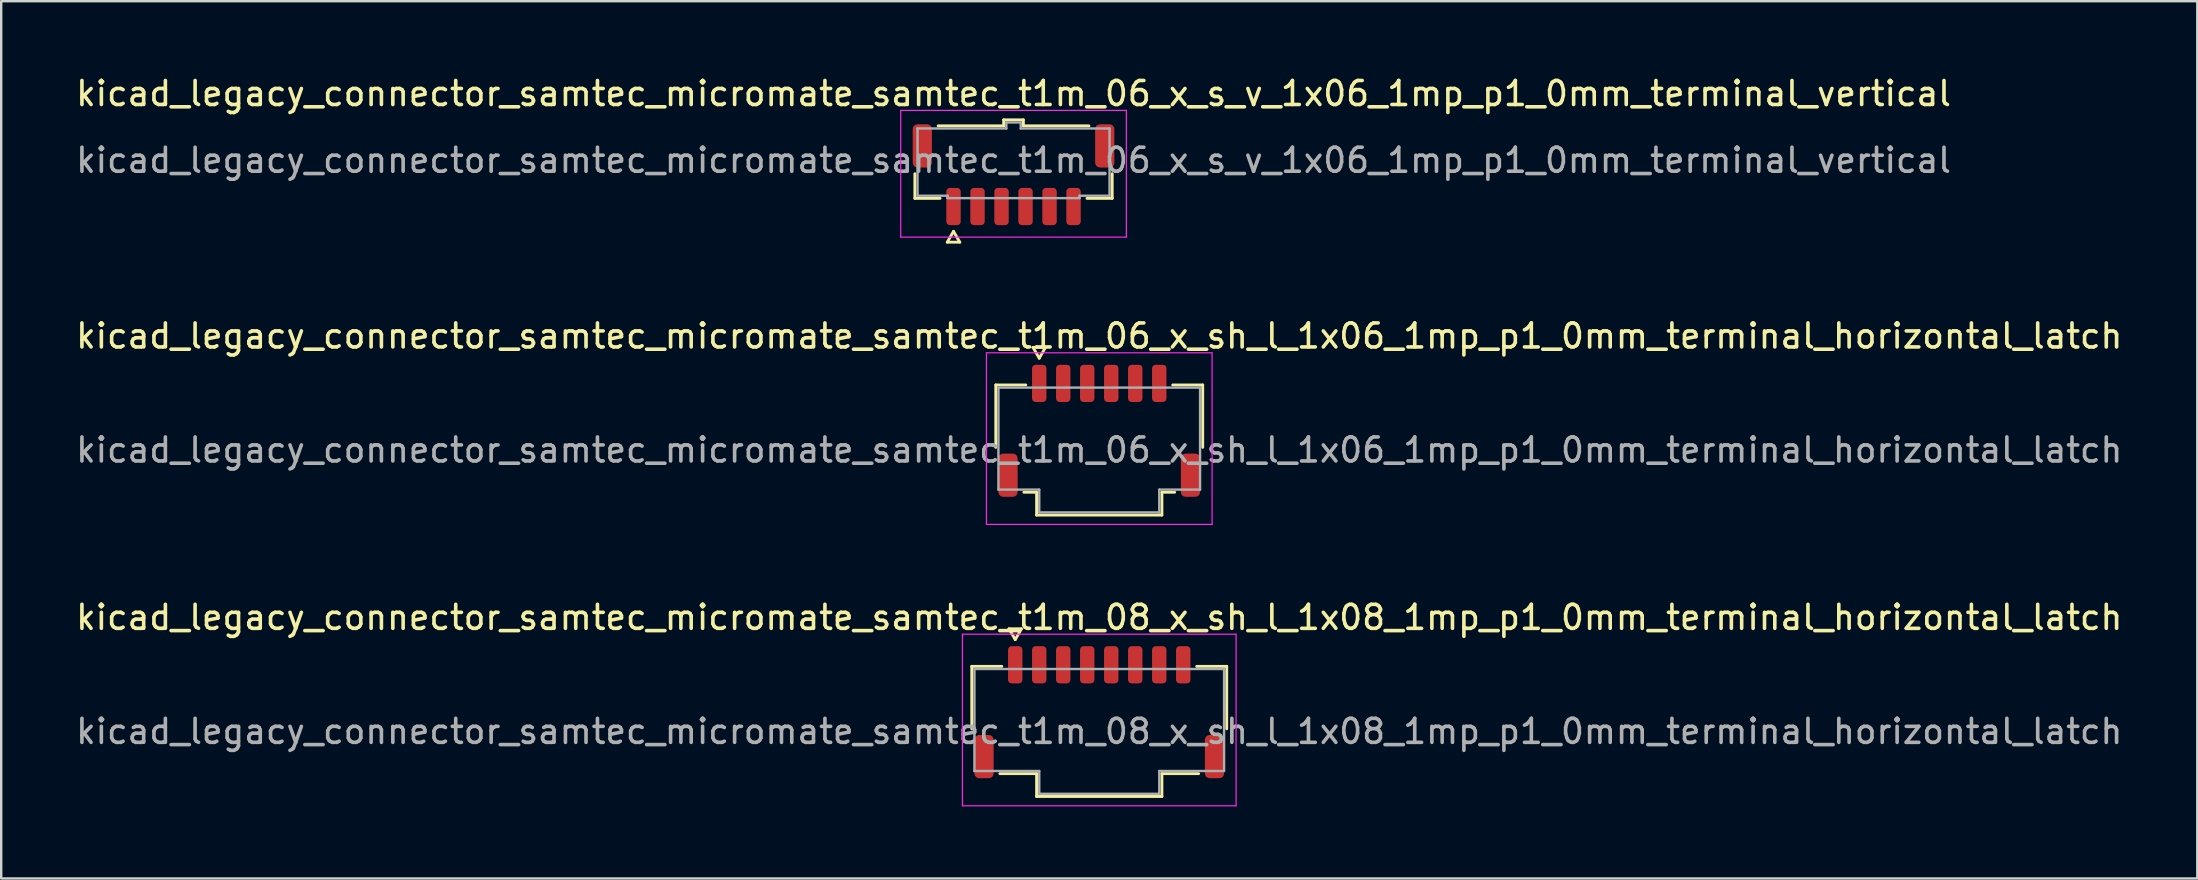
<source format=kicad_pcb>
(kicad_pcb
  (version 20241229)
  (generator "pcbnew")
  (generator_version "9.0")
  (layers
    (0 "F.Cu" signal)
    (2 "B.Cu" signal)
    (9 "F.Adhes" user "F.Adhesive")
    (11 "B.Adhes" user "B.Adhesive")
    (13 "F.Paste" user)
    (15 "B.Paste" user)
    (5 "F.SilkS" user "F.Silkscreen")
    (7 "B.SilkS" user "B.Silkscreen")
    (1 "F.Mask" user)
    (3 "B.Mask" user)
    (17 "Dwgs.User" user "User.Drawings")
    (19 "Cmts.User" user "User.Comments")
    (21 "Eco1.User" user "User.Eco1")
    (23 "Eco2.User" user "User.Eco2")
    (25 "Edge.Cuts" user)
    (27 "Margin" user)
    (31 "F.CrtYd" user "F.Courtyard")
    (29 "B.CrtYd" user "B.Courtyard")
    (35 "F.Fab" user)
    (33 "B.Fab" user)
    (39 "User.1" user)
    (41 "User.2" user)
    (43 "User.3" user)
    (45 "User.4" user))
  (footprint "kicad_legacy_connector_samtec_micromate_samtec_t1m_06_x_sh_l_1x06_1mp_p1_0mm_terminal_horizontal_latch"
    (layer "F.Cu")
    (at 42.744 15.697)
    (property "Reference" "kicad_legacy_connector_samtec_micromate_samtec_t1m_06_x_sh_l_1x06_1mp_p1_0mm_terminal_horizontal_latch" (at 0 -4.75 0) (layer "F.SilkS") (effects (font (size 1 1) (thickness 0.15))))
    (attr smd)
    (fp_line (start -4.31 -2.71) (end -3.06 -2.71) (stroke (width 0.12) (type solid)) (layer "F.SilkS"))
    (fp_line (start -4.31 -0.11) (end -4.31 -2.71) (stroke (width 0.12) (type solid)) (layer "F.SilkS"))
    (fp_line (start -2.76 -4.275) (end -2.5 -3.825) (stroke (width 0.12) (type solid)) (layer "F.SilkS"))
    (fp_line (start -2.61 1.76) (end -3.14 1.76) (stroke (width 0.12) (type solid)) (layer "F.SilkS"))
    (fp_line (start -2.61 2.71) (end -2.61 1.76) (stroke (width 0.12) (type solid)) (layer "F.SilkS"))
    (fp_line (start -2.5 -3.825) (end -2.24 -4.275) (stroke (width 0.12) (type solid)) (layer "F.SilkS"))
    (fp_line (start -2.24 -4.275) (end -2.76 -4.275) (stroke (width 0.12) (type solid)) (layer "F.SilkS"))
    (fp_line (start 2.61 1.76) (end 2.61 2.71) (stroke (width 0.12) (type solid)) (layer "F.SilkS"))
    (fp_line (start 2.61 2.71) (end -2.61 2.71) (stroke (width 0.12) (type solid)) (layer "F.SilkS"))
    (fp_line (start 3.06 -2.71) (end 4.31 -2.71) (stroke (width 0.12) (type solid)) (layer "F.SilkS"))
    (fp_line (start 3.14 1.76) (end 2.61 1.76) (stroke (width 0.12) (type solid)) (layer "F.SilkS"))
    (fp_line (start 4.31 -2.71) (end 4.31 -0.11) (stroke (width 0.12) (type solid)) (layer "F.SilkS"))
    (fp_line (start -4.7 -4.05) (end -4.7 3.1) (stroke (width 0.05) (type solid)) (layer "F.CrtYd"))
    (fp_line (start -4.7 3.1) (end 4.7 3.1) (stroke (width 0.05) (type solid)) (layer "F.CrtYd"))
    (fp_line (start 4.7 -4.05) (end -4.7 -4.05) (stroke (width 0.05) (type solid)) (layer "F.CrtYd"))
    (fp_line (start 4.7 3.1) (end 4.7 -4.05) (stroke (width 0.05) (type solid)) (layer "F.CrtYd"))
    (fp_line (start -4.2 -2.6) (end 4.2 -2.6) (stroke (width 0.1) (type solid)) (layer "F.Fab"))
    (fp_line (start -4.2 1.65) (end -4.2 -2.6) (stroke (width 0.1) (type solid)) (layer "F.Fab"))
    (fp_line (start -2.5 1.65) (end -4.2 1.65) (stroke (width 0.1) (type solid)) (layer "F.Fab"))
    (fp_line (start -2.5 2.6) (end -2.5 1.65) (stroke (width 0.1) (type solid)) (layer "F.Fab"))
    (fp_line (start 2.5 1.65) (end 2.5 2.6) (stroke (width 0.1) (type solid)) (layer "F.Fab"))
    (fp_line (start 2.5 2.6) (end -2.5 2.6) (stroke (width 0.1) (type solid)) (layer "F.Fab"))
    (fp_line (start 4.2 -2.6) (end 4.2 1.65) (stroke (width 0.1) (type solid)) (layer "F.Fab"))
    (fp_line (start 4.2 1.65) (end 2.5 1.65) (stroke (width 0.1) (type solid)) (layer "F.Fab"))
    (fp_text user "${REFERENCE}" (at 0 0 0) (layer "F.Fab") (effects (font (size 1 1) (thickness 0.15))))
    (pad "1" smd roundrect (at -2.5 -2.775) (size 0.6 1.55) (layers "F.Cu" "F.Mask" "F.Paste") (roundrect_rratio 0.25))
    (pad "2" smd roundrect (at -1.5 -2.775) (size 0.6 1.55) (layers "F.Cu" "F.Mask" "F.Paste") (roundrect_rratio 0.25))
    (pad "3" smd roundrect (at -0.5 -2.775) (size 0.6 1.55) (layers "F.Cu" "F.Mask" "F.Paste") (roundrect_rratio 0.25))
    (pad "4" smd roundrect (at 0.5 -2.775) (size 0.6 1.55) (layers "F.Cu" "F.Mask" "F.Paste") (roundrect_rratio 0.25))
    (pad "5" smd roundrect (at 1.5 -2.775) (size 0.6 1.55) (layers "F.Cu" "F.Mask" "F.Paste") (roundrect_rratio 0.25))
    (pad "6" smd roundrect (at 2.5 -2.775) (size 0.6 1.55) (layers "F.Cu" "F.Mask" "F.Paste") (roundrect_rratio 0.25))
    (pad "MP" smd roundrect (at -3.8 1.05) (size 0.8 1.8) (layers "F.Cu" "F.Mask" "F.Paste") (roundrect_rratio 0.25))
    (pad "MP" smd roundrect (at 3.8 1.05) (size 0.8 1.8) (layers "F.Cu" "F.Mask" "F.Paste") (roundrect_rratio 0.25)))
  (footprint "kicad_legacy_connector_samtec_micromate_samtec_t1m_06_x_s_v_1x06_1mp_p1_0mm_terminal_vertical"
    (layer "F.Cu")
    (at 39.173 3.628)
    (property "Reference" "kicad_legacy_connector_samtec_micromate_samtec_t1m_06_x_s_v_1x06_1mp_p1_0mm_terminal_vertical" (at 0 -2.78 0) (layer "F.SilkS") (effects (font (size 1 1) (thickness 0.15))))
    (attr smd)
    (fp_line (start -4.11 1.585) (end -4.11 0.56) (stroke (width 0.12) (type solid)) (layer "F.SilkS"))
    (fp_line (start -3.14 -1.435) (end -0.41 -1.435) (stroke (width 0.12) (type solid)) (layer "F.SilkS"))
    (fp_line (start -3.06 1.585) (end -4.11 1.585) (stroke (width 0.12) (type solid)) (layer "F.SilkS"))
    (fp_line (start -2.76 3.41) (end -2.5 2.96) (stroke (width 0.12) (type solid)) (layer "F.SilkS"))
    (fp_line (start -2.5 2.96) (end -2.24 3.41) (stroke (width 0.12) (type solid)) (layer "F.SilkS"))
    (fp_line (start -2.24 3.41) (end -2.76 3.41) (stroke (width 0.12) (type solid)) (layer "F.SilkS"))
    (fp_line (start -0.41 -1.685) (end 0.41 -1.685) (stroke (width 0.12) (type solid)) (layer "F.SilkS"))
    (fp_line (start -0.41 -1.435) (end -0.41 -1.685) (stroke (width 0.12) (type solid)) (layer "F.SilkS"))
    (fp_line (start 0.41 -1.685) (end 0.41 -1.435) (stroke (width 0.12) (type solid)) (layer "F.SilkS"))
    (fp_line (start 0.41 -1.435) (end 3.14 -1.435) (stroke (width 0.12) (type solid)) (layer "F.SilkS"))
    (fp_line (start 4.11 0.56) (end 4.11 1.585) (stroke (width 0.12) (type solid)) (layer "F.SilkS"))
    (fp_line (start 4.11 1.585) (end 3.06 1.585) (stroke (width 0.12) (type solid)) (layer "F.SilkS"))
    (fp_line (start -4.7 -2.08) (end -4.7 3.2) (stroke (width 0.05) (type solid)) (layer "F.CrtYd"))
    (fp_line (start -4.7 3.2) (end 4.7 3.2) (stroke (width 0.05) (type solid)) (layer "F.CrtYd"))
    (fp_line (start 4.7 -2.08) (end -4.7 -2.08) (stroke (width 0.05) (type solid)) (layer "F.CrtYd"))
    (fp_line (start 4.7 3.2) (end 4.7 -2.08) (stroke (width 0.05) (type solid)) (layer "F.CrtYd"))
    (fp_line (start -4 -1.325) (end -0.3 -1.325) (stroke (width 0.1) (type solid)) (layer "F.Fab"))
    (fp_line (start -4 1.475) (end -4 -1.325) (stroke (width 0.1) (type solid)) (layer "F.Fab"))
    (fp_line (start -2.75 1.475) (end -4 1.475) (stroke (width 0.1) (type solid)) (layer "F.Fab"))
    (fp_line (start -2.75 1.575) (end -2.75 1.475) (stroke (width 0.1) (type solid)) (layer "F.Fab"))
    (fp_line (start -0.3 -1.575) (end 0.3 -1.575) (stroke (width 0.1) (type solid)) (layer "F.Fab"))
    (fp_line (start -0.3 -1.325) (end -0.3 -1.575) (stroke (width 0.1) (type solid)) (layer "F.Fab"))
    (fp_line (start 0.3 -1.575) (end 0.3 -1.325) (stroke (width 0.1) (type solid)) (layer "F.Fab"))
    (fp_line (start 0.3 -1.325) (end 4 -1.325) (stroke (width 0.1) (type solid)) (layer "F.Fab"))
    (fp_line (start 2.75 1.475) (end 2.75 1.575) (stroke (width 0.1) (type solid)) (layer "F.Fab"))
    (fp_line (start 2.75 1.575) (end -2.75 1.575) (stroke (width 0.1) (type solid)) (layer "F.Fab"))
    (fp_line (start 4 -1.325) (end 4 1.475) (stroke (width 0.1) (type solid)) (layer "F.Fab"))
    (fp_line (start 4 1.475) (end 2.75 1.475) (stroke (width 0.1) (type solid)) (layer "F.Fab"))
    (fp_text user "${REFERENCE}" (at 0 0 0) (layer "F.Fab") (effects (font (size 1 1) (thickness 0.15))))
    (pad "1" smd roundrect (at -2.5 1.925) (size 0.6 1.55) (layers "F.Cu" "F.Mask" "F.Paste") (roundrect_rratio 0.25))
    (pad "2" smd roundrect (at -1.5 1.925) (size 0.6 1.55) (layers "F.Cu" "F.Mask" "F.Paste") (roundrect_rratio 0.25))
    (pad "3" smd roundrect (at -0.5 1.925) (size 0.6 1.55) (layers "F.Cu" "F.Mask" "F.Paste") (roundrect_rratio 0.25))
    (pad "4" smd roundrect (at 0.5 1.925) (size 0.6 1.55) (layers "F.Cu" "F.Mask" "F.Paste") (roundrect_rratio 0.25))
    (pad "5" smd roundrect (at 1.5 1.925) (size 0.6 1.55) (layers "F.Cu" "F.Mask" "F.Paste") (roundrect_rratio 0.25))
    (pad "6" smd roundrect (at 2.5 1.925) (size 0.6 1.55) (layers "F.Cu" "F.Mask" "F.Paste") (roundrect_rratio 0.25))
    (pad "MP" smd roundrect (at -3.8 -0.6) (size 0.8 1.8) (layers "F.Cu" "F.Mask" "F.Paste") (roundrect_rratio 0.25))
    (pad "MP" smd roundrect (at 3.8 -0.6) (size 0.8 1.8) (layers "F.Cu" "F.Mask" "F.Paste") (roundrect_rratio 0.25)))
  (footprint "kicad_legacy_connector_samtec_micromate_samtec_t1m_08_x_sh_l_1x08_1mp_p1_0mm_terminal_horizontal_latch"
    (layer "F.Cu")
    (at 42.744 27.42)
    (property "Reference" "kicad_legacy_connector_samtec_micromate_samtec_t1m_08_x_sh_l_1x08_1mp_p1_0mm_terminal_horizontal_latch" (at 0 -4.75 0) (layer "F.SilkS") (effects (font (size 1 1) (thickness 0.15))))
    (attr smd)
    (fp_line (start -5.31 -2.71) (end -4.06 -2.71) (stroke (width 0.12) (type solid)) (layer "F.SilkS"))
    (fp_line (start -5.31 -0.11) (end -5.31 -2.71) (stroke (width 0.12) (type solid)) (layer "F.SilkS"))
    (fp_line (start -3.76 -4.275) (end -3.5 -3.825) (stroke (width 0.12) (type solid)) (layer "F.SilkS"))
    (fp_line (start -3.5 -3.825) (end -3.24 -4.275) (stroke (width 0.12) (type solid)) (layer "F.SilkS"))
    (fp_line (start -3.24 -4.275) (end -3.76 -4.275) (stroke (width 0.12) (type solid)) (layer "F.SilkS"))
    (fp_line (start -2.61 1.76) (end -4.14 1.76) (stroke (width 0.12) (type solid)) (layer "F.SilkS"))
    (fp_line (start -2.61 2.71) (end -2.61 1.76) (stroke (width 0.12) (type solid)) (layer "F.SilkS"))
    (fp_line (start 2.61 1.76) (end 2.61 2.71) (stroke (width 0.12) (type solid)) (layer "F.SilkS"))
    (fp_line (start 2.61 2.71) (end -2.61 2.71) (stroke (width 0.12) (type solid)) (layer "F.SilkS"))
    (fp_line (start 4.06 -2.71) (end 5.31 -2.71) (stroke (width 0.12) (type solid)) (layer "F.SilkS"))
    (fp_line (start 4.14 1.76) (end 2.61 1.76) (stroke (width 0.12) (type solid)) (layer "F.SilkS"))
    (fp_line (start 5.31 -2.71) (end 5.31 -0.11) (stroke (width 0.12) (type solid)) (layer "F.SilkS"))
    (fp_line (start -5.7 -4.05) (end -5.7 3.1) (stroke (width 0.05) (type solid)) (layer "F.CrtYd"))
    (fp_line (start -5.7 3.1) (end 5.7 3.1) (stroke (width 0.05) (type solid)) (layer "F.CrtYd"))
    (fp_line (start 5.7 -4.05) (end -5.7 -4.05) (stroke (width 0.05) (type solid)) (layer "F.CrtYd"))
    (fp_line (start 5.7 3.1) (end 5.7 -4.05) (stroke (width 0.05) (type solid)) (layer "F.CrtYd"))
    (fp_line (start -5.2 -2.6) (end 5.2 -2.6) (stroke (width 0.1) (type solid)) (layer "F.Fab"))
    (fp_line (start -5.2 1.65) (end -5.2 -2.6) (stroke (width 0.1) (type solid)) (layer "F.Fab"))
    (fp_line (start -2.5 1.65) (end -5.2 1.65) (stroke (width 0.1) (type solid)) (layer "F.Fab"))
    (fp_line (start -2.5 2.6) (end -2.5 1.65) (stroke (width 0.1) (type solid)) (layer "F.Fab"))
    (fp_line (start 2.5 1.65) (end 2.5 2.6) (stroke (width 0.1) (type solid)) (layer "F.Fab"))
    (fp_line (start 2.5 2.6) (end -2.5 2.6) (stroke (width 0.1) (type solid)) (layer "F.Fab"))
    (fp_line (start 5.2 -2.6) (end 5.2 1.65) (stroke (width 0.1) (type solid)) (layer "F.Fab"))
    (fp_line (start 5.2 1.65) (end 2.5 1.65) (stroke (width 0.1) (type solid)) (layer "F.Fab"))
    (fp_text user "${REFERENCE}" (at 0 0 0) (layer "F.Fab") (effects (font (size 1 1) (thickness 0.15))))
    (pad "1" smd roundrect (at -3.5 -2.775) (size 0.6 1.55) (layers "F.Cu" "F.Mask" "F.Paste") (roundrect_rratio 0.25))
    (pad "2" smd roundrect (at -2.5 -2.775) (size 0.6 1.55) (layers "F.Cu" "F.Mask" "F.Paste") (roundrect_rratio 0.25))
    (pad "3" smd roundrect (at -1.5 -2.775) (size 0.6 1.55) (layers "F.Cu" "F.Mask" "F.Paste") (roundrect_rratio 0.25))
    (pad "4" smd roundrect (at -0.5 -2.775) (size 0.6 1.55) (layers "F.Cu" "F.Mask" "F.Paste") (roundrect_rratio 0.25))
    (pad "5" smd roundrect (at 0.5 -2.775) (size 0.6 1.55) (layers "F.Cu" "F.Mask" "F.Paste") (roundrect_rratio 0.25))
    (pad "6" smd roundrect (at 1.5 -2.775) (size 0.6 1.55) (layers "F.Cu" "F.Mask" "F.Paste") (roundrect_rratio 0.25))
    (pad "7" smd roundrect (at 2.5 -2.775) (size 0.6 1.55) (layers "F.Cu" "F.Mask" "F.Paste") (roundrect_rratio 0.25))
    (pad "8" smd roundrect (at 3.5 -2.775) (size 0.6 1.55) (layers "F.Cu" "F.Mask" "F.Paste") (roundrect_rratio 0.25))
    (pad "MP" smd roundrect (at -4.8 1.05) (size 0.8 1.8) (layers "F.Cu" "F.Mask" "F.Paste") (roundrect_rratio 0.25))
    (pad "MP" smd roundrect (at 4.8 1.05) (size 0.8 1.8) (layers "F.Cu" "F.Mask" "F.Paste") (roundrect_rratio 0.25)))
  (gr_rect
    (start -3 -3)
    (end 88.488 33.545)
    (stroke (width 0.1) (type default))
    (fill no)
    (layer "Edge.Cuts")))
</source>
